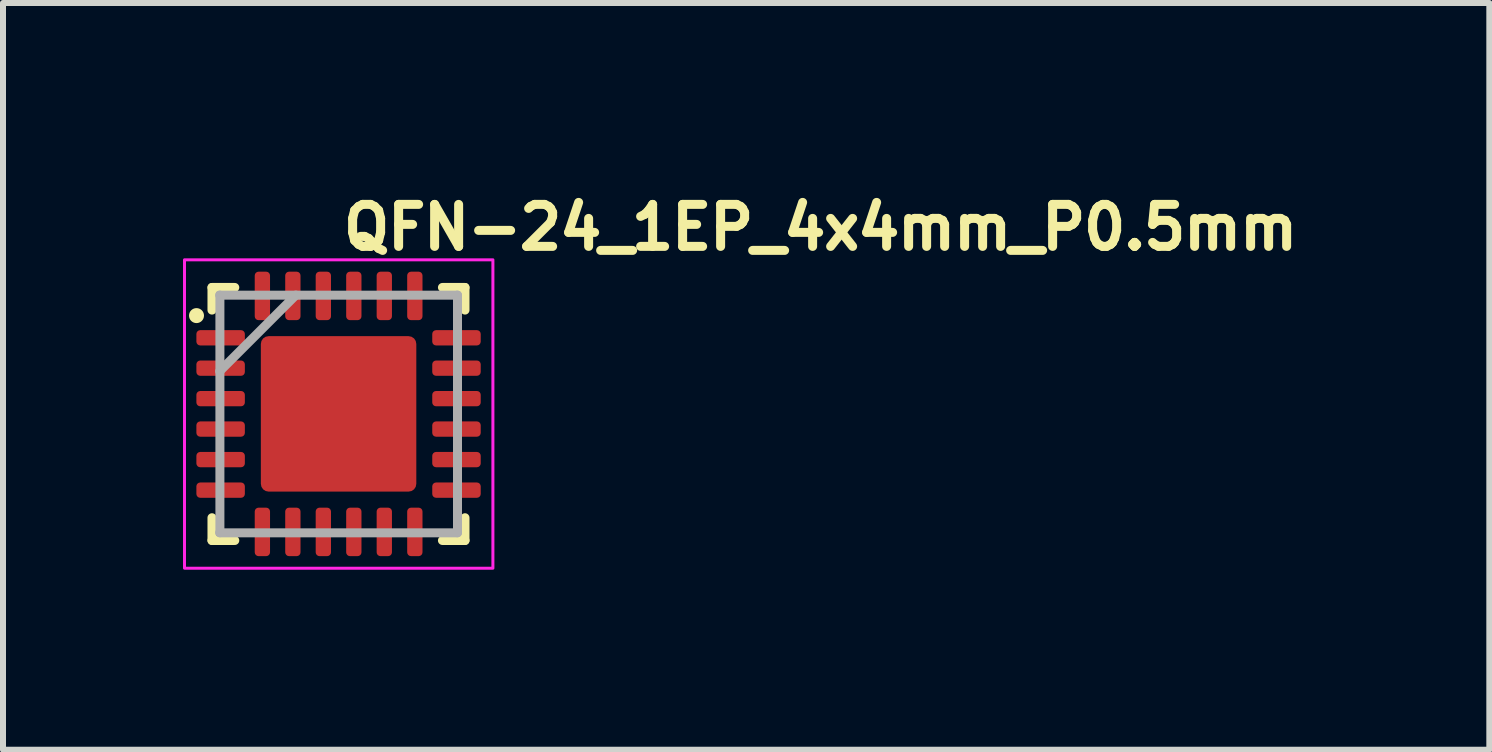
<source format=kicad_pcb>
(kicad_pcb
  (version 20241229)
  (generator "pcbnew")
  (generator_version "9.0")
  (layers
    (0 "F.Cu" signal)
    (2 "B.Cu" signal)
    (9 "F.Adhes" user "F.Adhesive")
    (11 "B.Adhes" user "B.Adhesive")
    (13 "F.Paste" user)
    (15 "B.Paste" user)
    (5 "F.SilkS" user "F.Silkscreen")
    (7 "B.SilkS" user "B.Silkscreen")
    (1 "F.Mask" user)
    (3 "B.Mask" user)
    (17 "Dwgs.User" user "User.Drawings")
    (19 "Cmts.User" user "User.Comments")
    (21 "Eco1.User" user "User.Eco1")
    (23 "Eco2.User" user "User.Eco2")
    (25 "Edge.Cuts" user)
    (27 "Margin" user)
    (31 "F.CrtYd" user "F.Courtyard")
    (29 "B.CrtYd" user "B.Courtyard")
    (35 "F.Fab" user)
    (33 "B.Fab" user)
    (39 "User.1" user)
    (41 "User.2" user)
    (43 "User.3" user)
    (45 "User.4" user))
  (footprint "QFN-24_1EP_4x4mm_P0.5mm"
    (layer "F.Cu")
    (at 2.595 3.85)
    (property "Reference" "QFN-24_1EP_4x4mm_P0.5mm" (at 0 -2.7 0) (layer "F.SilkS") (effects (font (size 0.7 0.7) (thickness 0.15)) (justify left bottom)))
    (attr smd)
    (fp_line (start -2.112 -2.109) (end -2.112 -1.732) (stroke (width 0.15) (type solid)) (layer "F.SilkS"))
    (fp_line (start -2.112 1.729) (end -2.112 2.108) (stroke (width 0.15) (type solid)) (layer "F.SilkS"))
    (fp_line (start -2.112 2.108) (end -1.732 2.108) (stroke (width 0.15) (type solid)) (layer "F.SilkS"))
    (fp_line (start -1.732 -2.109) (end -2.112 -2.109) (stroke (width 0.15) (type solid)) (layer "F.SilkS"))
    (fp_line (start 1.729 2.108) (end 2.105 2.108) (stroke (width 0.15) (type solid)) (layer "F.SilkS"))
    (fp_line (start 2.105 -2.109) (end 1.729 -2.109) (stroke (width 0.15) (type solid)) (layer "F.SilkS"))
    (fp_line (start 2.105 -1.732) (end 2.105 -2.109) (stroke (width 0.15) (type solid)) (layer "F.SilkS"))
    (fp_line (start 2.105 2.108) (end 2.105 1.729) (stroke (width 0.15) (type solid)) (layer "F.SilkS"))
    (fp_circle (center -2.37 -1.64) (end -2.32 -1.64) (stroke (width 0.15) (type solid)) (fill yes) (layer "F.SilkS"))
    (fp_rect (start -1.205 0.11) (end -0.125 1.19) (stroke (width 0.12) (type solid)) (fill yes) (layer "F.Paste"))
    (fp_rect (start -1.2 -1.19) (end -0.12 -0.11) (stroke (width 0.12) (type solid)) (fill yes) (layer "F.Paste"))
    (fp_rect (start 0.109 0.11) (end 1.189 1.19) (stroke (width 0.12) (type solid)) (fill yes) (layer "F.Paste"))
    (fp_rect (start 0.11 -1.19) (end 1.19 -0.11) (stroke (width 0.12) (type solid)) (fill yes) (layer "F.Paste"))
    (fp_rect (start -2.57 -2.57) (end 2.57 2.57) (stroke (width 0.05) (type solid)) (fill no) (layer "F.CrtYd"))
    (fp_line (start -1.984 -1.982) (end -1.984 -1.982) (stroke (width 0.15) (type solid)) (layer "F.Fab"))
    (fp_line (start -1.984 -0.712) (end -0.714 -1.982) (stroke (width 0.15) (type solid)) (layer "F.Fab"))
    (fp_line (start -1.984 1.979) (end -1.984 1.979) (stroke (width 0.15) (type solid)) (layer "F.Fab"))
    (fp_line (start 1.979 -1.982) (end 1.979 -1.982) (stroke (width 0.15) (type solid)) (layer "F.Fab"))
    (fp_line (start 1.979 1.979) (end 1.979 1.979) (stroke (width 0.15) (type solid)) (layer "F.Fab"))
    (fp_rect (start -1.98 -1.98) (end 1.98 1.98) (stroke (width 0.15) (type solid)) (fill no) (layer "F.Fab"))
    (fp_rect (start -2.07 -2.07) (end 2.07 2.07) (stroke (width 0.1) (type solid)) (fill no) (layer "User.5"))
    (fp_line (start -2.072 -1.119) (end -2.072 -1.422) (stroke (width 0.02) (type solid)) (layer "User.9"))
    (fp_line (start -2.072 -1.119) (end -1.982 -1.119) (stroke (width 0.02) (type solid)) (layer "User.9"))
    (fp_line (start -2.072 -0.61) (end -2.072 -0.916) (stroke (width 0.02) (type solid)) (layer "User.9"))
    (fp_line (start -2.072 -0.61) (end -1.982 -0.61) (stroke (width 0.02) (type solid)) (layer "User.9"))
    (fp_line (start -2.072 -0.104) (end -2.072 -0.408) (stroke (width 0.02) (type solid)) (layer "User.9"))
    (fp_line (start -2.072 -0.104) (end -1.982 -0.104) (stroke (width 0.02) (type solid)) (layer "User.9"))
    (fp_line (start -2.072 0.405) (end -2.072 0.102) (stroke (width 0.02) (type solid)) (layer "User.9"))
    (fp_line (start -2.072 0.405) (end -1.982 0.405) (stroke (width 0.02) (type solid)) (layer "User.9"))
    (fp_line (start -2.072 0.914) (end -2.072 0.608) (stroke (width 0.02) (type solid)) (layer "User.9"))
    (fp_line (start -2.072 0.914) (end -1.982 0.914) (stroke (width 0.02) (type solid)) (layer "User.9"))
    (fp_line (start -2.072 1.421) (end -2.072 1.116) (stroke (width 0.02) (type solid)) (layer "User.9"))
    (fp_line (start -2.072 1.421) (end -1.982 1.421) (stroke (width 0.02) (type solid)) (layer "User.9"))
    (fp_line (start -1.982 -1.982) (end -1.982 1.979) (stroke (width 0.02) (type solid)) (layer "User.9"))
    (fp_line (start -1.982 -1.422) (end -2.072 -1.422) (stroke (width 0.02) (type solid)) (layer "User.9"))
    (fp_line (start -1.982 -0.916) (end -2.072 -0.916) (stroke (width 0.02) (type solid)) (layer "User.9"))
    (fp_line (start -1.982 -0.408) (end -2.072 -0.408) (stroke (width 0.02) (type solid)) (layer "User.9"))
    (fp_line (start -1.982 0.102) (end -2.072 0.102) (stroke (width 0.02) (type solid)) (layer "User.9"))
    (fp_line (start -1.982 0.608) (end -2.072 0.608) (stroke (width 0.02) (type solid)) (layer "User.9"))
    (fp_line (start -1.982 1.116) (end -2.072 1.116) (stroke (width 0.02) (type solid)) (layer "User.9"))
    (fp_line (start -1.982 1.979) (end 1.979 1.979) (stroke (width 0.02) (type solid)) (layer "User.9"))
    (fp_line (start -1.424 -2.072) (end -1.424 -1.982) (stroke (width 0.02) (type solid)) (layer "User.9"))
    (fp_line (start -1.424 -2.072) (end -1.119 -2.072) (stroke (width 0.02) (type solid)) (layer "User.9"))
    (fp_line (start -1.424 1.979) (end -1.424 2.068) (stroke (width 0.02) (type solid)) (layer "User.9"))
    (fp_line (start -1.119 -1.982) (end -1.119 -2.072) (stroke (width 0.02) (type solid)) (layer "User.9"))
    (fp_line (start -1.119 2.068) (end -1.424 2.068) (stroke (width 0.02) (type solid)) (layer "User.9"))
    (fp_line (start -1.119 2.068) (end -1.119 1.979) (stroke (width 0.02) (type solid)) (layer "User.9"))
    (fp_line (start -0.916 -2.072) (end -0.916 -1.982) (stroke (width 0.02) (type solid)) (layer "User.9"))
    (fp_line (start -0.916 -2.072) (end -0.611 -2.072) (stroke (width 0.02) (type solid)) (layer "User.9"))
    (fp_line (start -0.916 1.979) (end -0.916 2.068) (stroke (width 0.02) (type solid)) (layer "User.9"))
    (fp_line (start -0.611 -1.982) (end -0.611 -2.072) (stroke (width 0.02) (type solid)) (layer "User.9"))
    (fp_line (start -0.611 2.068) (end -0.916 2.068) (stroke (width 0.02) (type solid)) (layer "User.9"))
    (fp_line (start -0.611 2.068) (end -0.611 1.979) (stroke (width 0.02) (type solid)) (layer "User.9"))
    (fp_line (start -0.408 -2.072) (end -0.408 -1.982) (stroke (width 0.02) (type solid)) (layer "User.9"))
    (fp_line (start -0.408 -2.072) (end -0.104 -2.072) (stroke (width 0.02) (type solid)) (layer "User.9"))
    (fp_line (start -0.408 1.979) (end -0.408 2.068) (stroke (width 0.02) (type solid)) (layer "User.9"))
    (fp_line (start -0.104 -1.982) (end -0.104 -2.072) (stroke (width 0.02) (type solid)) (layer "User.9"))
    (fp_line (start -0.104 2.068) (end -0.408 2.068) (stroke (width 0.02) (type solid)) (layer "User.9"))
    (fp_line (start -0.104 2.068) (end -0.104 1.979) (stroke (width 0.02) (type solid)) (layer "User.9"))
    (fp_line (start 0.101 -2.072) (end 0.101 -1.982) (stroke (width 0.02) (type solid)) (layer "User.9"))
    (fp_line (start 0.101 -2.072) (end 0.405 -2.072) (stroke (width 0.02) (type solid)) (layer "User.9"))
    (fp_line (start 0.101 1.979) (end 0.101 2.068) (stroke (width 0.02) (type solid)) (layer "User.9"))
    (fp_line (start 0.405 -1.982) (end 0.405 -2.072) (stroke (width 0.02) (type solid)) (layer "User.9"))
    (fp_line (start 0.405 2.068) (end 0.101 2.068) (stroke (width 0.02) (type solid)) (layer "User.9"))
    (fp_line (start 0.405 2.068) (end 0.405 1.979) (stroke (width 0.02) (type solid)) (layer "User.9"))
    (fp_line (start 0.608 -2.072) (end 0.608 -1.982) (stroke (width 0.02) (type solid)) (layer "User.9"))
    (fp_line (start 0.608 -2.072) (end 0.913 -2.072) (stroke (width 0.02) (type solid)) (layer "User.9"))
    (fp_line (start 0.608 1.979) (end 0.608 2.068) (stroke (width 0.02) (type solid)) (layer "User.9"))
    (fp_line (start 0.913 -1.982) (end 0.913 -2.072) (stroke (width 0.02) (type solid)) (layer "User.9"))
    (fp_line (start 0.913 2.068) (end 0.608 2.068) (stroke (width 0.02) (type solid)) (layer "User.9"))
    (fp_line (start 0.913 2.068) (end 0.913 1.979) (stroke (width 0.02) (type solid)) (layer "User.9"))
    (fp_line (start 1.116 -2.072) (end 1.116 -1.982) (stroke (width 0.02) (type solid)) (layer "User.9"))
    (fp_line (start 1.116 -2.072) (end 1.421 -2.072) (stroke (width 0.02) (type solid)) (layer "User.9"))
    (fp_line (start 1.116 1.979) (end 1.116 2.068) (stroke (width 0.02) (type solid)) (layer "User.9"))
    (fp_line (start 1.421 -1.982) (end 1.421 -2.072) (stroke (width 0.02) (type solid)) (layer "User.9"))
    (fp_line (start 1.421 2.068) (end 1.116 2.068) (stroke (width 0.02) (type solid)) (layer "User.9"))
    (fp_line (start 1.421 2.068) (end 1.421 1.979) (stroke (width 0.02) (type solid)) (layer "User.9"))
    (fp_line (start 1.979 -1.982) (end -1.982 -1.982) (stroke (width 0.02) (type solid)) (layer "User.9"))
    (fp_line (start 1.979 -1.119) (end 2.069 -1.119) (stroke (width 0.02) (type solid)) (layer "User.9"))
    (fp_line (start 1.979 -0.61) (end 2.069 -0.61) (stroke (width 0.02) (type solid)) (layer "User.9"))
    (fp_line (start 1.979 -0.104) (end 2.069 -0.104) (stroke (width 0.02) (type solid)) (layer "User.9"))
    (fp_line (start 1.979 0.405) (end 2.069 0.405) (stroke (width 0.02) (type solid)) (layer "User.9"))
    (fp_line (start 1.979 0.914) (end 2.069 0.914) (stroke (width 0.02) (type solid)) (layer "User.9"))
    (fp_line (start 1.979 1.421) (end 2.069 1.421) (stroke (width 0.02) (type solid)) (layer "User.9"))
    (fp_line (start 1.979 1.979) (end 1.979 -1.982) (stroke (width 0.02) (type solid)) (layer "User.9"))
    (fp_line (start 2.069 -1.422) (end 1.979 -1.422) (stroke (width 0.02) (type solid)) (layer "User.9"))
    (fp_line (start 2.069 -1.422) (end 2.069 -1.119) (stroke (width 0.02) (type solid)) (layer "User.9"))
    (fp_line (start 2.069 -0.916) (end 1.979 -0.916) (stroke (width 0.02) (type solid)) (layer "User.9"))
    (fp_line (start 2.069 -0.916) (end 2.069 -0.61) (stroke (width 0.02) (type solid)) (layer "User.9"))
    (fp_line (start 2.069 -0.408) (end 1.979 -0.408) (stroke (width 0.02) (type solid)) (layer "User.9"))
    (fp_line (start 2.069 -0.408) (end 2.069 -0.104) (stroke (width 0.02) (type solid)) (layer "User.9"))
    (fp_line (start 2.069 0.102) (end 1.979 0.102) (stroke (width 0.02) (type solid)) (layer "User.9"))
    (fp_line (start 2.069 0.102) (end 2.069 0.405) (stroke (width 0.02) (type solid)) (layer "User.9"))
    (fp_line (start 2.069 0.608) (end 1.979 0.608) (stroke (width 0.02) (type solid)) (layer "User.9"))
    (fp_line (start 2.069 0.608) (end 2.069 0.914) (stroke (width 0.02) (type solid)) (layer "User.9"))
    (fp_line (start 2.069 1.116) (end 1.979 1.116) (stroke (width 0.02) (type solid)) (layer "User.9"))
    (fp_line (start 2.069 1.116) (end 2.069 1.421) (stroke (width 0.02) (type solid)) (layer "User.9"))
    (fp_circle (center -1.584 -1.27) (end -1.65 -1.34) (stroke (width 0.02) (type solid)) (fill no) (layer "User.9"))
    (pad "1" smd roundrect (at -1.968 -1.27 90) (size 0.255 0.808) (layers "F.Cu" "F.Mask" "F.Paste") (roundrect_rratio 0.25))
    (pad "2" smd roundrect (at -1.968 -0.764 90) (size 0.255 0.808) (layers "F.Cu" "F.Mask" "F.Paste") (roundrect_rratio 0.25))
    (pad "3" smd roundrect (at -1.968 -0.256 90) (size 0.255 0.808) (layers "F.Cu" "F.Mask" "F.Paste") (roundrect_rratio 0.25))
    (pad "4" smd roundrect (at -1.968 0.251 90) (size 0.255 0.808) (layers "F.Cu" "F.Mask" "F.Paste") (roundrect_rratio 0.25))
    (pad "5" smd roundrect (at -1.968 0.76 90) (size 0.255 0.808) (layers "F.Cu" "F.Mask" "F.Paste") (roundrect_rratio 0.25))
    (pad "6" smd roundrect (at -1.968 1.269 90) (size 0.255 0.808) (layers "F.Cu" "F.Mask" "F.Paste") (roundrect_rratio 0.25))
    (pad "7" smd roundrect (at -1.272 1.965) (size 0.255 0.808) (layers "F.Cu" "F.Mask" "F.Paste") (roundrect_rratio 0.25))
    (pad "8" smd roundrect (at -0.764 1.965) (size 0.255 0.808) (layers "F.Cu" "F.Mask" "F.Paste") (roundrect_rratio 0.25))
    (pad "9" smd roundrect (at -0.256 1.965) (size 0.255 0.808) (layers "F.Cu" "F.Mask" "F.Paste") (roundrect_rratio 0.25))
    (pad "10" smd roundrect (at 0.252 1.965) (size 0.255 0.808) (layers "F.Cu" "F.Mask" "F.Paste") (roundrect_rratio 0.25))
    (pad "11" smd roundrect (at 0.76 1.965) (size 0.255 0.808) (layers "F.Cu" "F.Mask" "F.Paste") (roundrect_rratio 0.25))
    (pad "12" smd roundrect (at 1.269 1.965) (size 0.255 0.808) (layers "F.Cu" "F.Mask" "F.Paste") (roundrect_rratio 0.25))
    (pad "13" smd roundrect (at 1.963 1.269 90) (size 0.255 0.808) (layers "F.Cu" "F.Mask" "F.Paste") (roundrect_rratio 0.25))
    (pad "14" smd roundrect (at 1.963 0.76 90) (size 0.255 0.808) (layers "F.Cu" "F.Mask" "F.Paste") (roundrect_rratio 0.25))
    (pad "15" smd roundrect (at 1.963 0.251 90) (size 0.255 0.808) (layers "F.Cu" "F.Mask" "F.Paste") (roundrect_rratio 0.25))
    (pad "16" smd roundrect (at 1.963 -0.256 90) (size 0.255 0.808) (layers "F.Cu" "F.Mask" "F.Paste") (roundrect_rratio 0.25))
    (pad "17" smd roundrect (at 1.963 -0.764 90) (size 0.255 0.808) (layers "F.Cu" "F.Mask" "F.Paste") (roundrect_rratio 0.25))
    (pad "18" smd roundrect (at 1.963 -1.27 90) (size 0.255 0.808) (layers "F.Cu" "F.Mask" "F.Paste") (roundrect_rratio 0.25))
    (pad "19" smd roundrect (at 1.269 -1.968) (size 0.255 0.808) (layers "F.Cu" "F.Mask" "F.Paste") (roundrect_rratio 0.25))
    (pad "20" smd roundrect (at 0.76 -1.968) (size 0.255 0.808) (layers "F.Cu" "F.Mask" "F.Paste") (roundrect_rratio 0.25))
    (pad "21" smd roundrect (at 0.252 -1.968) (size 0.255 0.808) (layers "F.Cu" "F.Mask" "F.Paste") (roundrect_rratio 0.25))
    (pad "22" smd roundrect (at -0.256 -1.968) (size 0.255 0.808) (layers "F.Cu" "F.Mask" "F.Paste") (roundrect_rratio 0.25))
    (pad "23" smd roundrect (at -0.764 -1.968) (size 0.255 0.808) (layers "F.Cu" "F.Mask" "F.Paste") (roundrect_rratio 0.25))
    (pad "24" smd roundrect (at -1.272 -1.968) (size 0.255 0.808) (layers "F.Cu" "F.Mask" "F.Paste") (roundrect_rratio 0.25))
    (pad "25" smd roundrect (at -0.002 -0.002) (size 2.591 2.591) (layers "F.Cu" "F.Mask") (roundrect_rratio 0.05)))
  (gr_rect
    (start -3 -3)
    (end 21.772 9.445)
    (stroke (width 0.1) (type default))
    (fill no)
    (layer "Edge.Cuts")))
</source>
